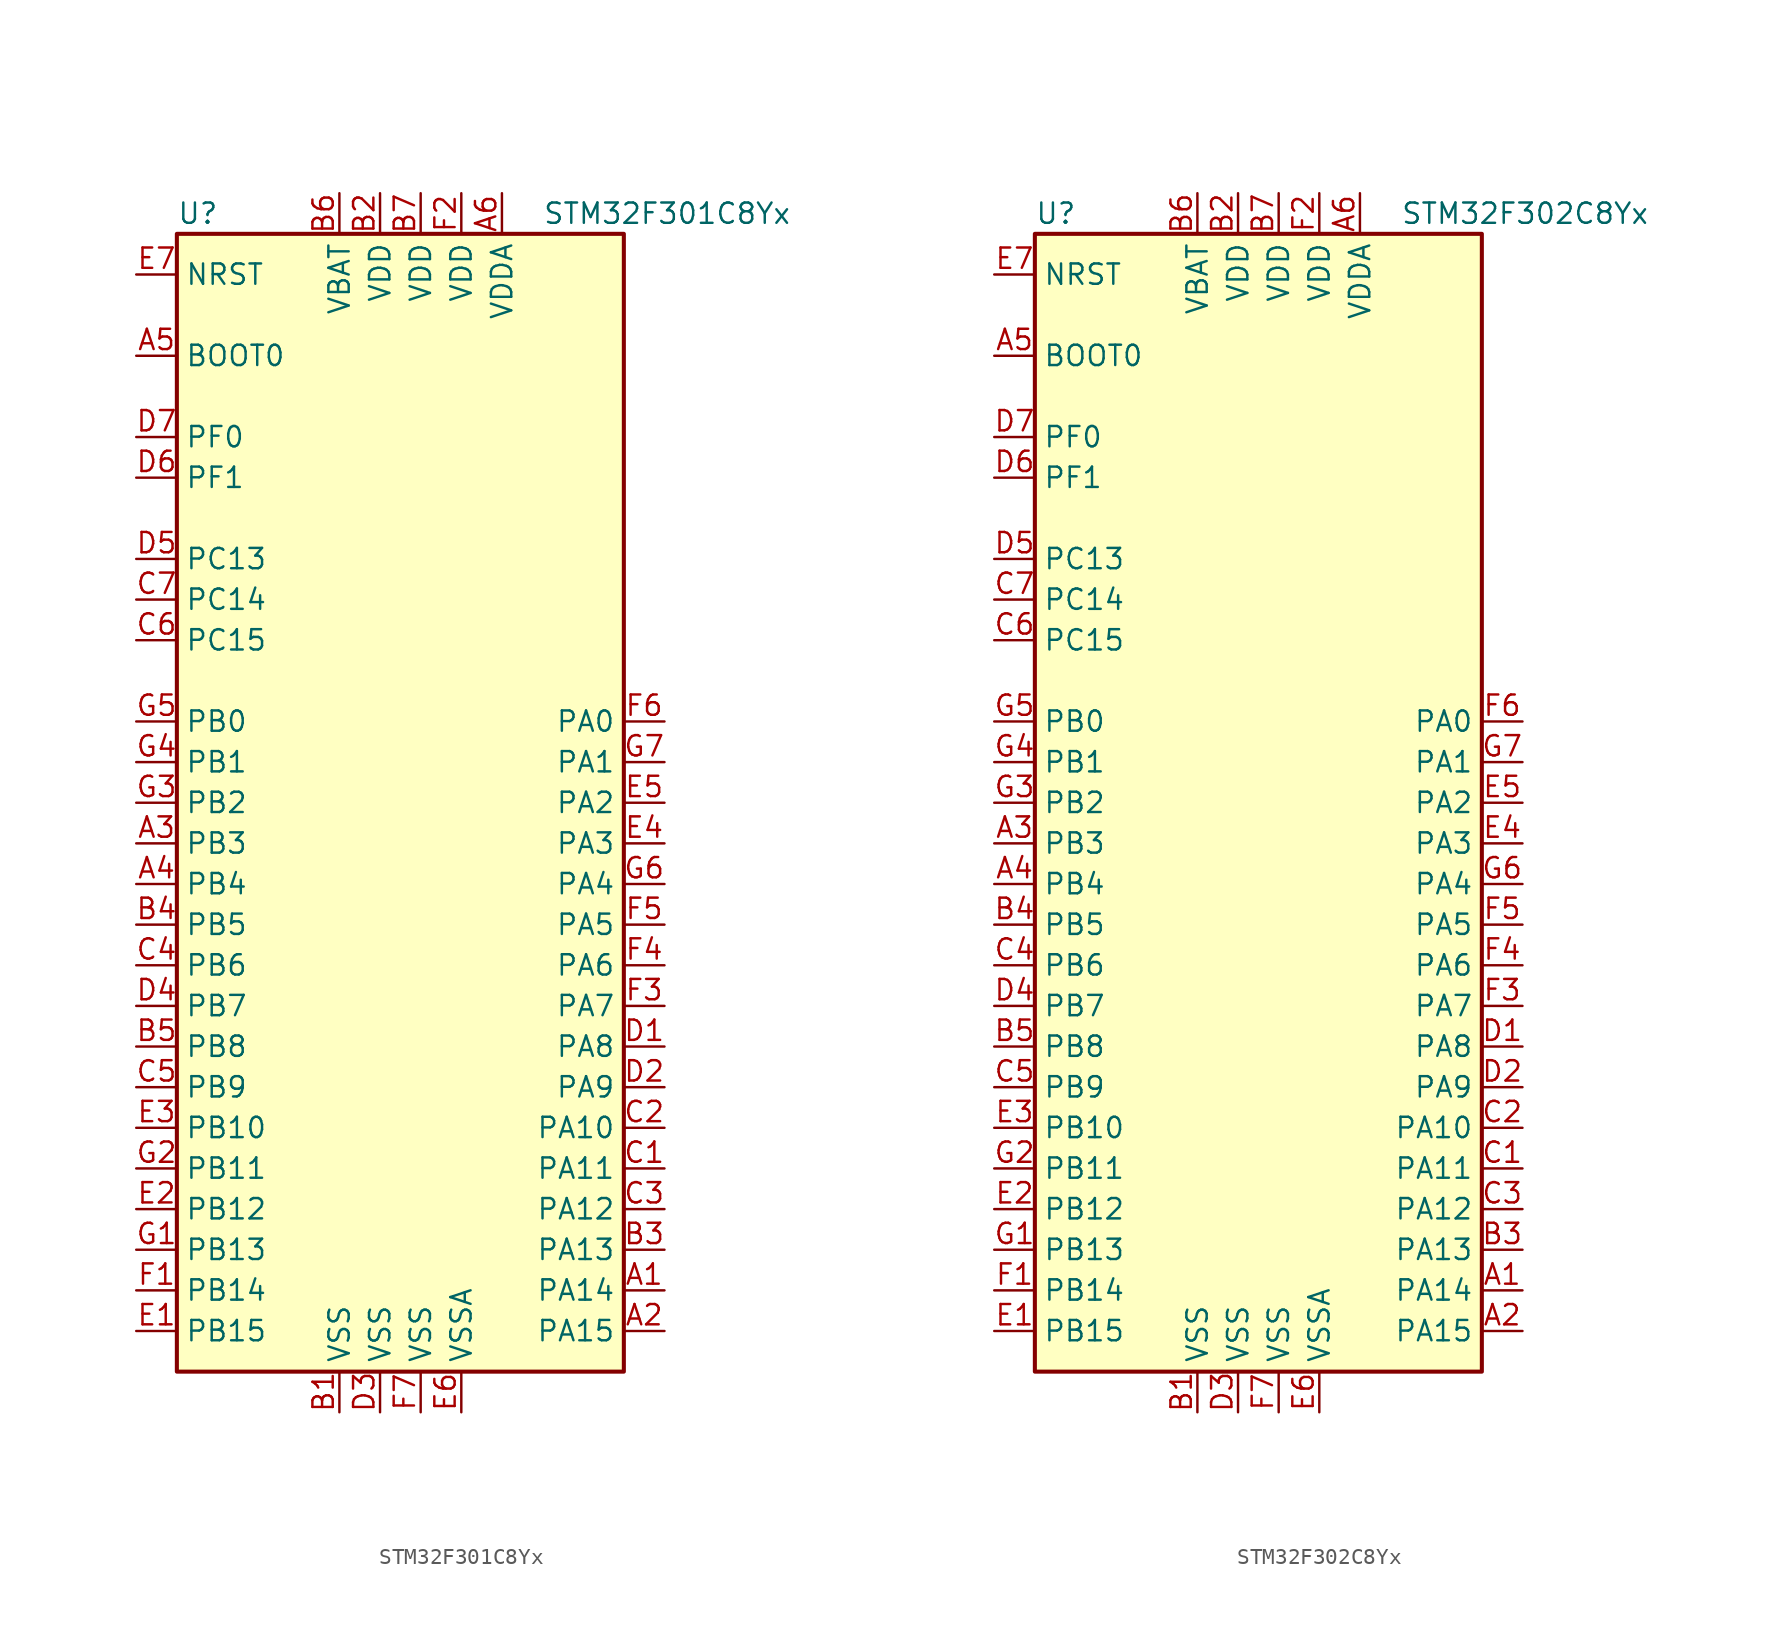
<source format=kicad_sym>
(kicad_symbol_lib
  (version 20201005)
  (generator kicad_symbol_editor)
  (symbol "STM32F301C8Yx"
    (property "Reference" "U"
      (at -15.24 36.83 0)
      (effects (font (size 1.27 1.27)) (justify left)))
    (property "Value" "STM32F301C8Yx"
      (at 7.62 36.83 0)
      (effects (font (size 1.27 1.27)) (justify left)))
    (symbol "STM32F301C8Yx_0_1"
      (rectangle (start -15.24 -35.56) (end 12.7 35.56) (stroke (width 0.254)) (fill (type background))))
    (symbol "STM32F301C8Yx_1_1"
      (pin input line (at -17.78 27.94 0) (length 2.54) (name "BOOT0" (effects (font (size 1.27 1.27)))) (number "A5" (effects (font (size 1.27 1.27)))))
      (pin no_connect line (at -15.24 -33.02 0) (length 2.54) hide (name "NC" (effects (font (size 1.27 1.27)))) (number "A7" (effects (font (size 1.27 1.27)))))
      (pin input line (at -17.78 33.02 0) (length 2.54) (name "NRST" (effects (font (size 1.27 1.27)))) (number "E7" (effects (font (size 1.27 1.27)))))
      (pin bidirectional line (at 15.24 5.08 180) (length 2.54) (name "PA0" (effects (font (size 1.27 1.27)))) (number "F6" (effects (font (size 1.27 1.27)))))
      (pin bidirectional line (at 15.24 2.54 180) (length 2.54) (name "PA1" (effects (font (size 1.27 1.27)))) (number "G7" (effects (font (size 1.27 1.27)))))
      (pin bidirectional line (at 15.24 -20.32 180) (length 2.54) (name "PA10" (effects (font (size 1.27 1.27)))) (number "C2" (effects (font (size 1.27 1.27)))))
      (pin bidirectional line (at 15.24 -22.86 180) (length 2.54) (name "PA11" (effects (font (size 1.27 1.27)))) (number "C1" (effects (font (size 1.27 1.27)))))
      (pin bidirectional line (at 15.24 -25.4 180) (length 2.54) (name "PA12" (effects (font (size 1.27 1.27)))) (number "C3" (effects (font (size 1.27 1.27)))))
      (pin bidirectional line (at 15.24 -27.94 180) (length 2.54) (name "PA13" (effects (font (size 1.27 1.27)))) (number "B3" (effects (font (size 1.27 1.27)))))
      (pin bidirectional line (at 15.24 -30.48 180) (length 2.54) (name "PA14" (effects (font (size 1.27 1.27)))) (number "A1" (effects (font (size 1.27 1.27)))))
      (pin bidirectional line (at 15.24 -33.02 180) (length 2.54) (name "PA15" (effects (font (size 1.27 1.27)))) (number "A2" (effects (font (size 1.27 1.27)))))
      (pin bidirectional line (at 15.24 0 180) (length 2.54) (name "PA2" (effects (font (size 1.27 1.27)))) (number "E5" (effects (font (size 1.27 1.27)))))
      (pin bidirectional line (at 15.24 -2.54 180) (length 2.54) (name "PA3" (effects (font (size 1.27 1.27)))) (number "E4" (effects (font (size 1.27 1.27)))))
      (pin bidirectional line (at 15.24 -5.08 180) (length 2.54) (name "PA4" (effects (font (size 1.27 1.27)))) (number "G6" (effects (font (size 1.27 1.27)))))
      (pin bidirectional line (at 15.24 -7.62 180) (length 2.54) (name "PA5" (effects (font (size 1.27 1.27)))) (number "F5" (effects (font (size 1.27 1.27)))))
      (pin bidirectional line (at 15.24 -10.16 180) (length 2.54) (name "PA6" (effects (font (size 1.27 1.27)))) (number "F4" (effects (font (size 1.27 1.27)))))
      (pin bidirectional line (at 15.24 -12.7 180) (length 2.54) (name "PA7" (effects (font (size 1.27 1.27)))) (number "F3" (effects (font (size 1.27 1.27)))))
      (pin bidirectional line (at 15.24 -15.24 180) (length 2.54) (name "PA8" (effects (font (size 1.27 1.27)))) (number "D1" (effects (font (size 1.27 1.27)))))
      (pin bidirectional line (at 15.24 -17.78 180) (length 2.54) (name "PA9" (effects (font (size 1.27 1.27)))) (number "D2" (effects (font (size 1.27 1.27)))))
      (pin bidirectional line (at -17.78 5.08 0) (length 2.54) (name "PB0" (effects (font (size 1.27 1.27)))) (number "G5" (effects (font (size 1.27 1.27)))))
      (pin bidirectional line (at -17.78 2.54 0) (length 2.54) (name "PB1" (effects (font (size 1.27 1.27)))) (number "G4" (effects (font (size 1.27 1.27)))))
      (pin bidirectional line (at -17.78 -20.32 0) (length 2.54) (name "PB10" (effects (font (size 1.27 1.27)))) (number "E3" (effects (font (size 1.27 1.27)))))
      (pin bidirectional line (at -17.78 -22.86 0) (length 2.54) (name "PB11" (effects (font (size 1.27 1.27)))) (number "G2" (effects (font (size 1.27 1.27)))))
      (pin bidirectional line (at -17.78 -25.4 0) (length 2.54) (name "PB12" (effects (font (size 1.27 1.27)))) (number "E2" (effects (font (size 1.27 1.27)))))
      (pin bidirectional line (at -17.78 -27.94 0) (length 2.54) (name "PB13" (effects (font (size 1.27 1.27)))) (number "G1" (effects (font (size 1.27 1.27)))))
      (pin bidirectional line (at -17.78 -30.48 0) (length 2.54) (name "PB14" (effects (font (size 1.27 1.27)))) (number "F1" (effects (font (size 1.27 1.27)))))
      (pin bidirectional line (at -17.78 -33.02 0) (length 2.54) (name "PB15" (effects (font (size 1.27 1.27)))) (number "E1" (effects (font (size 1.27 1.27)))))
      (pin bidirectional line (at -17.78 0 0) (length 2.54) (name "PB2" (effects (font (size 1.27 1.27)))) (number "G3" (effects (font (size 1.27 1.27)))))
      (pin bidirectional line (at -17.78 -2.54 0) (length 2.54) (name "PB3" (effects (font (size 1.27 1.27)))) (number "A3" (effects (font (size 1.27 1.27)))))
      (pin bidirectional line (at -17.78 -5.08 0) (length 2.54) (name "PB4" (effects (font (size 1.27 1.27)))) (number "A4" (effects (font (size 1.27 1.27)))))
      (pin bidirectional line (at -17.78 -7.62 0) (length 2.54) (name "PB5" (effects (font (size 1.27 1.27)))) (number "B4" (effects (font (size 1.27 1.27)))))
      (pin bidirectional line (at -17.78 -10.16 0) (length 2.54) (name "PB6" (effects (font (size 1.27 1.27)))) (number "C4" (effects (font (size 1.27 1.27)))))
      (pin bidirectional line (at -17.78 -12.7 0) (length 2.54) (name "PB7" (effects (font (size 1.27 1.27)))) (number "D4" (effects (font (size 1.27 1.27)))))
      (pin bidirectional line (at -17.78 -15.24 0) (length 2.54) (name "PB8" (effects (font (size 1.27 1.27)))) (number "B5" (effects (font (size 1.27 1.27)))))
      (pin bidirectional line (at -17.78 -17.78 0) (length 2.54) (name "PB9" (effects (font (size 1.27 1.27)))) (number "C5" (effects (font (size 1.27 1.27)))))
      (pin bidirectional line (at -17.78 15.24 0) (length 2.54) (name "PC13" (effects (font (size 1.27 1.27)))) (number "D5" (effects (font (size 1.27 1.27)))))
      (pin bidirectional line (at -17.78 12.7 0) (length 2.54) (name "PC14" (effects (font (size 1.27 1.27)))) (number "C7" (effects (font (size 1.27 1.27)))))
      (pin bidirectional line (at -17.78 10.16 0) (length 2.54) (name "PC15" (effects (font (size 1.27 1.27)))) (number "C6" (effects (font (size 1.27 1.27)))))
      (pin input line (at -17.78 22.86 0) (length 2.54) (name "PF0" (effects (font (size 1.27 1.27)))) (number "D7" (effects (font (size 1.27 1.27)))))
      (pin input line (at -17.78 20.32 0) (length 2.54) (name "PF1" (effects (font (size 1.27 1.27)))) (number "D6" (effects (font (size 1.27 1.27)))))
      (pin power_in line (at -5.08 38.1 270) (length 2.54) (name "VBAT" (effects (font (size 1.27 1.27)))) (number "B6" (effects (font (size 1.27 1.27)))))
      (pin power_in line (at -2.54 38.1 270) (length 2.54) (name "VDD" (effects (font (size 1.27 1.27)))) (number "B2" (effects (font (size 1.27 1.27)))))
      (pin power_in line (at 0 38.1 270) (length 2.54) (name "VDD" (effects (font (size 1.27 1.27)))) (number "B7" (effects (font (size 1.27 1.27)))))
      (pin power_in line (at 2.54 38.1 270) (length 2.54) (name "VDD" (effects (font (size 1.27 1.27)))) (number "F2" (effects (font (size 1.27 1.27)))))
      (pin power_in line (at 5.08 38.1 270) (length 2.54) (name "VDDA" (effects (font (size 1.27 1.27)))) (number "A6" (effects (font (size 1.27 1.27)))))
      (pin power_in line (at -5.08 -38.1 90) (length 2.54) (name "VSS" (effects (font (size 1.27 1.27)))) (number "B1" (effects (font (size 1.27 1.27)))))
      (pin power_in line (at -2.54 -38.1 90) (length 2.54) (name "VSS" (effects (font (size 1.27 1.27)))) (number "D3" (effects (font (size 1.27 1.27)))))
      (pin power_in line (at 0 -38.1 90) (length 2.54) (name "VSS" (effects (font (size 1.27 1.27)))) (number "F7" (effects (font (size 1.27 1.27)))))
      (pin power_in line (at 2.54 -38.1 90) (length 2.54) (name "VSSA" (effects (font (size 1.27 1.27)))) (number "E6" (effects (font (size 1.27 1.27)))))))
  (symbol "STM32F302C8Yx"
    (property "Reference" "U"
      (at -15.24 36.83 0)
      (effects (font (size 1.27 1.27)) (justify left)))
    (property "Value" "STM32F302C8Yx"
      (at 7.62 36.83 0)
      (effects (font (size 1.27 1.27)) (justify left)))
    (symbol "STM32F302C8Yx_0_1"
      (rectangle (start -15.24 -35.56) (end 12.7 35.56) (stroke (width 0.254)) (fill (type background))))
    (symbol "STM32F302C8Yx_1_1"
      (pin input line (at -17.78 27.94 0) (length 2.54) (name "BOOT0" (effects (font (size 1.27 1.27)))) (number "A5" (effects (font (size 1.27 1.27)))))
      (pin no_connect line (at -15.24 -33.02 0) (length 2.54) hide (name "NC" (effects (font (size 1.27 1.27)))) (number "A7" (effects (font (size 1.27 1.27)))))
      (pin input line (at -17.78 33.02 0) (length 2.54) (name "NRST" (effects (font (size 1.27 1.27)))) (number "E7" (effects (font (size 1.27 1.27)))))
      (pin bidirectional line (at 15.24 5.08 180) (length 2.54) (name "PA0" (effects (font (size 1.27 1.27)))) (number "F6" (effects (font (size 1.27 1.27)))))
      (pin bidirectional line (at 15.24 2.54 180) (length 2.54) (name "PA1" (effects (font (size 1.27 1.27)))) (number "G7" (effects (font (size 1.27 1.27)))))
      (pin bidirectional line (at 15.24 -20.32 180) (length 2.54) (name "PA10" (effects (font (size 1.27 1.27)))) (number "C2" (effects (font (size 1.27 1.27)))))
      (pin bidirectional line (at 15.24 -22.86 180) (length 2.54) (name "PA11" (effects (font (size 1.27 1.27)))) (number "C1" (effects (font (size 1.27 1.27)))))
      (pin bidirectional line (at 15.24 -25.4 180) (length 2.54) (name "PA12" (effects (font (size 1.27 1.27)))) (number "C3" (effects (font (size 1.27 1.27)))))
      (pin bidirectional line (at 15.24 -27.94 180) (length 2.54) (name "PA13" (effects (font (size 1.27 1.27)))) (number "B3" (effects (font (size 1.27 1.27)))))
      (pin bidirectional line (at 15.24 -30.48 180) (length 2.54) (name "PA14" (effects (font (size 1.27 1.27)))) (number "A1" (effects (font (size 1.27 1.27)))))
      (pin bidirectional line (at 15.24 -33.02 180) (length 2.54) (name "PA15" (effects (font (size 1.27 1.27)))) (number "A2" (effects (font (size 1.27 1.27)))))
      (pin bidirectional line (at 15.24 0 180) (length 2.54) (name "PA2" (effects (font (size 1.27 1.27)))) (number "E5" (effects (font (size 1.27 1.27)))))
      (pin bidirectional line (at 15.24 -2.54 180) (length 2.54) (name "PA3" (effects (font (size 1.27 1.27)))) (number "E4" (effects (font (size 1.27 1.27)))))
      (pin bidirectional line (at 15.24 -5.08 180) (length 2.54) (name "PA4" (effects (font (size 1.27 1.27)))) (number "G6" (effects (font (size 1.27 1.27)))))
      (pin bidirectional line (at 15.24 -7.62 180) (length 2.54) (name "PA5" (effects (font (size 1.27 1.27)))) (number "F5" (effects (font (size 1.27 1.27)))))
      (pin bidirectional line (at 15.24 -10.16 180) (length 2.54) (name "PA6" (effects (font (size 1.27 1.27)))) (number "F4" (effects (font (size 1.27 1.27)))))
      (pin bidirectional line (at 15.24 -12.7 180) (length 2.54) (name "PA7" (effects (font (size 1.27 1.27)))) (number "F3" (effects (font (size 1.27 1.27)))))
      (pin bidirectional line (at 15.24 -15.24 180) (length 2.54) (name "PA8" (effects (font (size 1.27 1.27)))) (number "D1" (effects (font (size 1.27 1.27)))))
      (pin bidirectional line (at 15.24 -17.78 180) (length 2.54) (name "PA9" (effects (font (size 1.27 1.27)))) (number "D2" (effects (font (size 1.27 1.27)))))
      (pin bidirectional line (at -17.78 5.08 0) (length 2.54) (name "PB0" (effects (font (size 1.27 1.27)))) (number "G5" (effects (font (size 1.27 1.27)))))
      (pin bidirectional line (at -17.78 2.54 0) (length 2.54) (name "PB1" (effects (font (size 1.27 1.27)))) (number "G4" (effects (font (size 1.27 1.27)))))
      (pin bidirectional line (at -17.78 -20.32 0) (length 2.54) (name "PB10" (effects (font (size 1.27 1.27)))) (number "E3" (effects (font (size 1.27 1.27)))))
      (pin bidirectional line (at -17.78 -22.86 0) (length 2.54) (name "PB11" (effects (font (size 1.27 1.27)))) (number "G2" (effects (font (size 1.27 1.27)))))
      (pin bidirectional line (at -17.78 -25.4 0) (length 2.54) (name "PB12" (effects (font (size 1.27 1.27)))) (number "E2" (effects (font (size 1.27 1.27)))))
      (pin bidirectional line (at -17.78 -27.94 0) (length 2.54) (name "PB13" (effects (font (size 1.27 1.27)))) (number "G1" (effects (font (size 1.27 1.27)))))
      (pin bidirectional line (at -17.78 -30.48 0) (length 2.54) (name "PB14" (effects (font (size 1.27 1.27)))) (number "F1" (effects (font (size 1.27 1.27)))))
      (pin bidirectional line (at -17.78 -33.02 0) (length 2.54) (name "PB15" (effects (font (size 1.27 1.27)))) (number "E1" (effects (font (size 1.27 1.27)))))
      (pin bidirectional line (at -17.78 0 0) (length 2.54) (name "PB2" (effects (font (size 1.27 1.27)))) (number "G3" (effects (font (size 1.27 1.27)))))
      (pin bidirectional line (at -17.78 -2.54 0) (length 2.54) (name "PB3" (effects (font (size 1.27 1.27)))) (number "A3" (effects (font (size 1.27 1.27)))))
      (pin bidirectional line (at -17.78 -5.08 0) (length 2.54) (name "PB4" (effects (font (size 1.27 1.27)))) (number "A4" (effects (font (size 1.27 1.27)))))
      (pin bidirectional line (at -17.78 -7.62 0) (length 2.54) (name "PB5" (effects (font (size 1.27 1.27)))) (number "B4" (effects (font (size 1.27 1.27)))))
      (pin bidirectional line (at -17.78 -10.16 0) (length 2.54) (name "PB6" (effects (font (size 1.27 1.27)))) (number "C4" (effects (font (size 1.27 1.27)))))
      (pin bidirectional line (at -17.78 -12.7 0) (length 2.54) (name "PB7" (effects (font (size 1.27 1.27)))) (number "D4" (effects (font (size 1.27 1.27)))))
      (pin bidirectional line (at -17.78 -15.24 0) (length 2.54) (name "PB8" (effects (font (size 1.27 1.27)))) (number "B5" (effects (font (size 1.27 1.27)))))
      (pin bidirectional line (at -17.78 -17.78 0) (length 2.54) (name "PB9" (effects (font (size 1.27 1.27)))) (number "C5" (effects (font (size 1.27 1.27)))))
      (pin bidirectional line (at -17.78 15.24 0) (length 2.54) (name "PC13" (effects (font (size 1.27 1.27)))) (number "D5" (effects (font (size 1.27 1.27)))))
      (pin bidirectional line (at -17.78 12.7 0) (length 2.54) (name "PC14" (effects (font (size 1.27 1.27)))) (number "C7" (effects (font (size 1.27 1.27)))))
      (pin bidirectional line (at -17.78 10.16 0) (length 2.54) (name "PC15" (effects (font (size 1.27 1.27)))) (number "C6" (effects (font (size 1.27 1.27)))))
      (pin input line (at -17.78 22.86 0) (length 2.54) (name "PF0" (effects (font (size 1.27 1.27)))) (number "D7" (effects (font (size 1.27 1.27)))))
      (pin input line (at -17.78 20.32 0) (length 2.54) (name "PF1" (effects (font (size 1.27 1.27)))) (number "D6" (effects (font (size 1.27 1.27)))))
      (pin power_in line (at -5.08 38.1 270) (length 2.54) (name "VBAT" (effects (font (size 1.27 1.27)))) (number "B6" (effects (font (size 1.27 1.27)))))
      (pin power_in line (at -2.54 38.1 270) (length 2.54) (name "VDD" (effects (font (size 1.27 1.27)))) (number "B2" (effects (font (size 1.27 1.27)))))
      (pin power_in line (at 0 38.1 270) (length 2.54) (name "VDD" (effects (font (size 1.27 1.27)))) (number "B7" (effects (font (size 1.27 1.27)))))
      (pin power_in line (at 2.54 38.1 270) (length 2.54) (name "VDD" (effects (font (size 1.27 1.27)))) (number "F2" (effects (font (size 1.27 1.27)))))
      (pin power_in line (at 5.08 38.1 270) (length 2.54) (name "VDDA" (effects (font (size 1.27 1.27)))) (number "A6" (effects (font (size 1.27 1.27)))))
      (pin power_in line (at -5.08 -38.1 90) (length 2.54) (name "VSS" (effects (font (size 1.27 1.27)))) (number "B1" (effects (font (size 1.27 1.27)))))
      (pin power_in line (at -2.54 -38.1 90) (length 2.54) (name "VSS" (effects (font (size 1.27 1.27)))) (number "D3" (effects (font (size 1.27 1.27)))))
      (pin power_in line (at 0 -38.1 90) (length 2.54) (name "VSS" (effects (font (size 1.27 1.27)))) (number "F7" (effects (font (size 1.27 1.27)))))
      (pin power_in line (at 2.54 -38.1 90) (length 2.54) (name "VSSA" (effects (font (size 1.27 1.27)))) (number "E6" (effects (font (size 1.27 1.27))))))))
</source>
